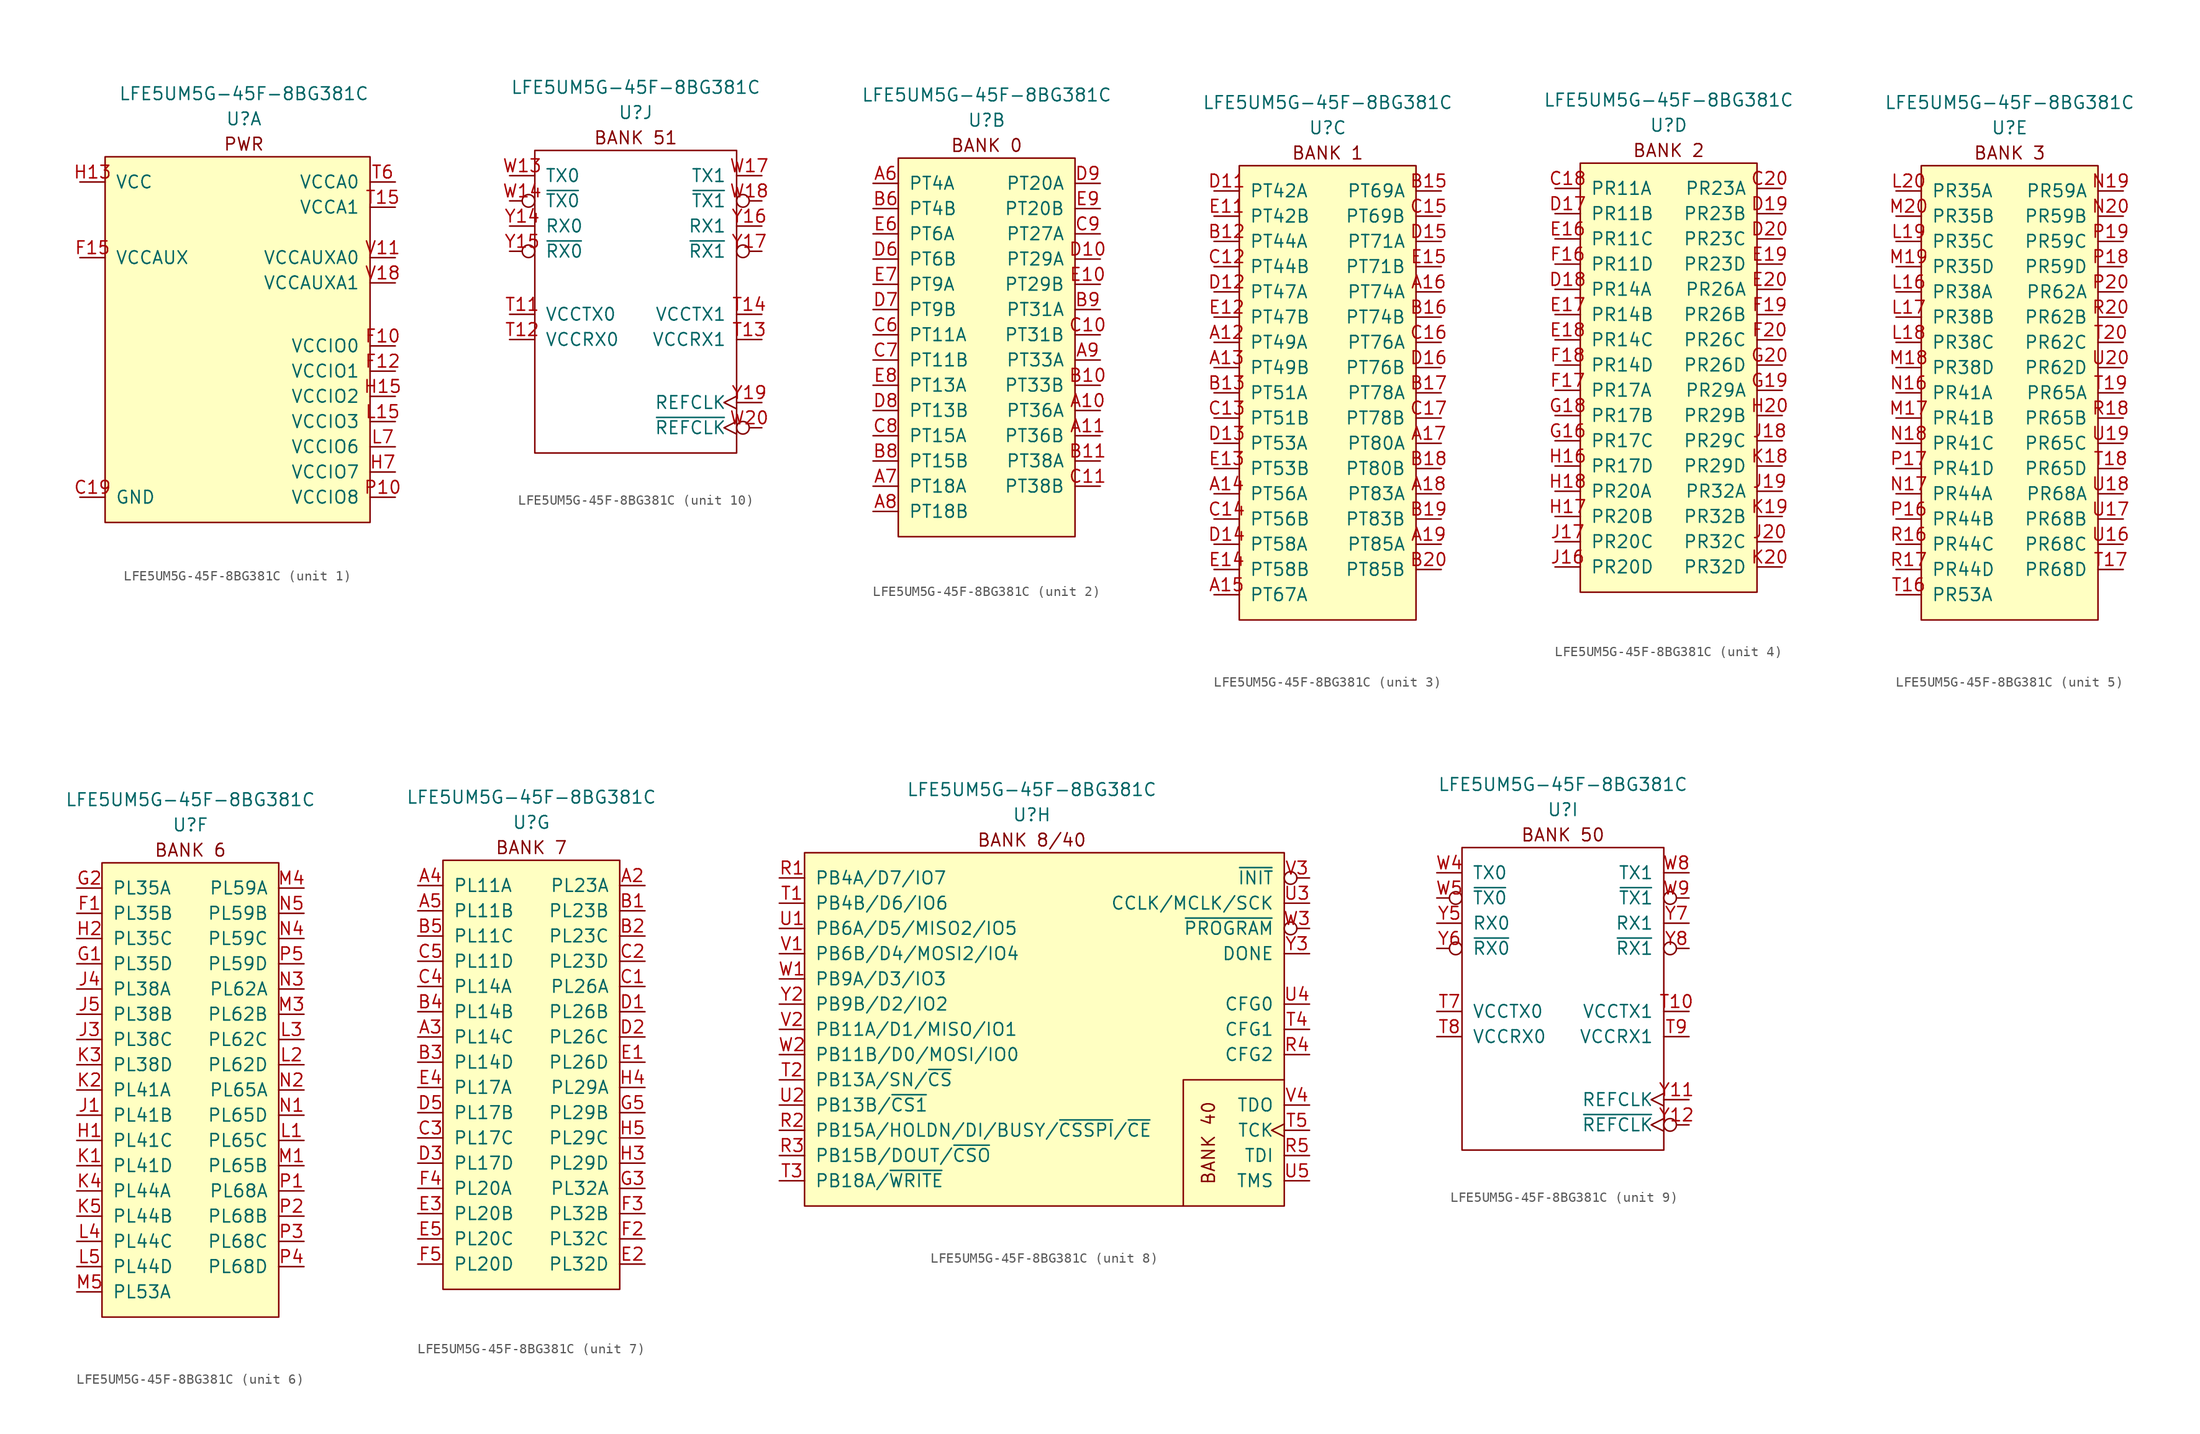
<source format=kicad_sym>
(kicad_symbol_lib
  (version 20211014)
  (generator kicad_symbol_editor)
  (symbol "LFE5UM5G-45F-8BG381C"
    (pin_names
      (offset 1.016))
    (property "Reference" "U"
      (at 0 6.35 0)
      (effects (font (size 1.27 1.27))))
    (property "Value" "LFE5UM5G-45F-8BG381C"
      (at 0 8.89 0)
      (effects (font (size 1.27 1.27))))
    (property "ki_locked" ""
      (at 0 0 0)
      (effects (font (size 1.27 1.27))))
    (symbol "LFE5UM5G-45F-8BG381C_1_0"
      (text "PWR" (at 0 3.81 0) (effects (font (size 1.27 1.27)))))
    (symbol "LFE5UM5G-45F-8BG381C_1_1"
      (rectangle (start -13.97 2.54) (end 12.7 -34.29) (stroke (width 0) (type default) (color 0 0 0 0)) (fill (type background)))
      (pin passive line (at -16.51 -31.75 0) (length 2.54) hide (name "GND" (effects (font (size 1.27 1.27)))) (number "B14" (effects (font (size 1.27 1.27)))))
      (pin passive line (at -16.51 -31.75 0) (length 2.54) hide (name "GND" (effects (font (size 1.27 1.27)))) (number "B7" (effects (font (size 1.27 1.27)))))
      (pin passive line (at -16.51 -31.75 0) (length 2.54) (name "GND" (effects (font (size 1.27 1.27)))) (number "C19" (effects (font (size 1.27 1.27)))))
      (pin passive line (at -16.51 -31.75 0) (length 2.54) hide (name "GND" (effects (font (size 1.27 1.27)))) (number "D4" (effects (font (size 1.27 1.27)))))
      (pin power_in line (at 15.24 -16.51 180) (length 2.54) (name "VCCIO0" (effects (font (size 1.27 1.27)))) (number "F10" (effects (font (size 1.27 1.27)))))
      (pin passive line (at 15.24 -19.05 180) (length 2.54) hide (name "VCCIO1" (effects (font (size 1.27 1.27)))) (number "F11" (effects (font (size 1.27 1.27)))))
      (pin power_in line (at 15.24 -19.05 180) (length 2.54) (name "VCCIO1" (effects (font (size 1.27 1.27)))) (number "F12" (effects (font (size 1.27 1.27)))))
      (pin passive line (at -16.51 -31.75 0) (length 2.54) hide (name "GND" (effects (font (size 1.27 1.27)))) (number "F13" (effects (font (size 1.27 1.27)))))
      (pin passive line (at -16.51 -31.75 0) (length 2.54) hide (name "GND" (effects (font (size 1.27 1.27)))) (number "F14" (effects (font (size 1.27 1.27)))))
      (pin power_in line (at -16.51 -7.62 0) (length 2.54) (name "VCCAUX" (effects (font (size 1.27 1.27)))) (number "F15" (effects (font (size 1.27 1.27)))))
      (pin passive line (at -16.51 -7.62 0) (length 2.54) hide (name "VCCAUX" (effects (font (size 1.27 1.27)))) (number "F6" (effects (font (size 1.27 1.27)))))
      (pin passive line (at -16.51 -31.75 0) (length 2.54) hide (name "GND" (effects (font (size 1.27 1.27)))) (number "F7" (effects (font (size 1.27 1.27)))))
      (pin passive line (at -16.51 -31.75 0) (length 2.54) hide (name "GND" (effects (font (size 1.27 1.27)))) (number "F8" (effects (font (size 1.27 1.27)))))
      (pin passive line (at 15.24 -16.51 180) (length 2.54) hide (name "VCCIO0" (effects (font (size 1.27 1.27)))) (number "F9" (effects (font (size 1.27 1.27)))))
      (pin passive line (at -16.51 -31.75 0) (length 2.54) hide (name "GND" (effects (font (size 1.27 1.27)))) (number "G10" (effects (font (size 1.27 1.27)))))
      (pin passive line (at -16.51 -31.75 0) (length 2.54) hide (name "GND" (effects (font (size 1.27 1.27)))) (number "G11" (effects (font (size 1.27 1.27)))))
      (pin passive line (at -16.51 -31.75 0) (length 2.54) hide (name "GND" (effects (font (size 1.27 1.27)))) (number "G12" (effects (font (size 1.27 1.27)))))
      (pin passive line (at -16.51 -31.75 0) (length 2.54) hide (name "GND" (effects (font (size 1.27 1.27)))) (number "G13" (effects (font (size 1.27 1.27)))))
      (pin passive line (at -16.51 -31.75 0) (length 2.54) hide (name "GND" (effects (font (size 1.27 1.27)))) (number "G14" (effects (font (size 1.27 1.27)))))
      (pin passive line (at -16.51 -31.75 0) (length 2.54) hide (name "GND" (effects (font (size 1.27 1.27)))) (number "G15" (effects (font (size 1.27 1.27)))))
      (pin passive line (at -16.51 -31.75 0) (length 2.54) hide (name "GND" (effects (font (size 1.27 1.27)))) (number "G17" (effects (font (size 1.27 1.27)))))
      (pin passive line (at -16.51 -31.75 0) (length 2.54) hide (name "GND" (effects (font (size 1.27 1.27)))) (number "G4" (effects (font (size 1.27 1.27)))))
      (pin passive line (at -16.51 -31.75 0) (length 2.54) hide (name "GND" (effects (font (size 1.27 1.27)))) (number "G6" (effects (font (size 1.27 1.27)))))
      (pin passive line (at -16.51 -31.75 0) (length 2.54) hide (name "GND" (effects (font (size 1.27 1.27)))) (number "G7" (effects (font (size 1.27 1.27)))))
      (pin passive line (at -16.51 -31.75 0) (length 2.54) hide (name "GND" (effects (font (size 1.27 1.27)))) (number "G8" (effects (font (size 1.27 1.27)))))
      (pin passive line (at -16.51 -31.75 0) (length 2.54) hide (name "GND" (effects (font (size 1.27 1.27)))) (number "G9" (effects (font (size 1.27 1.27)))))
      (pin passive line (at -16.51 0 0) (length 2.54) hide (name "VCC" (effects (font (size 1.27 1.27)))) (number "H10" (effects (font (size 1.27 1.27)))))
      (pin passive line (at -16.51 0 0) (length 2.54) hide (name "VCC" (effects (font (size 1.27 1.27)))) (number "H11" (effects (font (size 1.27 1.27)))))
      (pin passive line (at -16.51 0 0) (length 2.54) hide (name "VCC" (effects (font (size 1.27 1.27)))) (number "H12" (effects (font (size 1.27 1.27)))))
      (pin power_in line (at -16.51 0 0) (length 2.54) (name "VCC" (effects (font (size 1.27 1.27)))) (number "H13" (effects (font (size 1.27 1.27)))))
      (pin passive line (at 15.24 -21.59 180) (length 2.54) hide (name "VCCIO2" (effects (font (size 1.27 1.27)))) (number "H14" (effects (font (size 1.27 1.27)))))
      (pin power_in line (at 15.24 -21.59 180) (length 2.54) (name "VCCIO2" (effects (font (size 1.27 1.27)))) (number "H15" (effects (font (size 1.27 1.27)))))
      (pin passive line (at -16.51 -31.75 0) (length 2.54) hide (name "GND" (effects (font (size 1.27 1.27)))) (number "H19" (effects (font (size 1.27 1.27)))))
      (pin passive line (at 15.24 -29.21 180) (length 2.54) hide (name "VCCIO7" (effects (font (size 1.27 1.27)))) (number "H6" (effects (font (size 1.27 1.27)))))
      (pin power_in line (at 15.24 -29.21 180) (length 2.54) (name "VCCIO7" (effects (font (size 1.27 1.27)))) (number "H7" (effects (font (size 1.27 1.27)))))
      (pin passive line (at -16.51 0 0) (length 2.54) hide (name "VCC" (effects (font (size 1.27 1.27)))) (number "H8" (effects (font (size 1.27 1.27)))))
      (pin passive line (at -16.51 0 0) (length 2.54) hide (name "VCC" (effects (font (size 1.27 1.27)))) (number "H9" (effects (font (size 1.27 1.27)))))
      (pin passive line (at -16.51 -31.75 0) (length 2.54) hide (name "GND" (effects (font (size 1.27 1.27)))) (number "J10" (effects (font (size 1.27 1.27)))))
      (pin passive line (at -16.51 -31.75 0) (length 2.54) hide (name "GND" (effects (font (size 1.27 1.27)))) (number "J11" (effects (font (size 1.27 1.27)))))
      (pin passive line (at -16.51 -31.75 0) (length 2.54) hide (name "GND" (effects (font (size 1.27 1.27)))) (number "J12" (effects (font (size 1.27 1.27)))))
      (pin passive line (at -16.51 0 0) (length 2.54) hide (name "VCC" (effects (font (size 1.27 1.27)))) (number "J13" (effects (font (size 1.27 1.27)))))
      (pin passive line (at -16.51 -31.75 0) (length 2.54) hide (name "GND" (effects (font (size 1.27 1.27)))) (number "J14" (effects (font (size 1.27 1.27)))))
      (pin passive line (at 15.24 -21.59 180) (length 2.54) hide (name "VCCIO2" (effects (font (size 1.27 1.27)))) (number "J15" (effects (font (size 1.27 1.27)))))
      (pin passive line (at -16.51 -31.75 0) (length 2.54) hide (name "GND" (effects (font (size 1.27 1.27)))) (number "J2" (effects (font (size 1.27 1.27)))))
      (pin passive line (at 15.24 -29.21 180) (length 2.54) hide (name "VCCIO7" (effects (font (size 1.27 1.27)))) (number "J6" (effects (font (size 1.27 1.27)))))
      (pin passive line (at -16.51 -31.75 0) (length 2.54) hide (name "GND" (effects (font (size 1.27 1.27)))) (number "J7" (effects (font (size 1.27 1.27)))))
      (pin passive line (at -16.51 0 0) (length 2.54) hide (name "VCC" (effects (font (size 1.27 1.27)))) (number "J8" (effects (font (size 1.27 1.27)))))
      (pin passive line (at -16.51 -31.75 0) (length 2.54) hide (name "GND" (effects (font (size 1.27 1.27)))) (number "J9" (effects (font (size 1.27 1.27)))))
      (pin passive line (at -16.51 -31.75 0) (length 2.54) hide (name "GND" (effects (font (size 1.27 1.27)))) (number "K10" (effects (font (size 1.27 1.27)))))
      (pin passive line (at -16.51 -31.75 0) (length 2.54) hide (name "GND" (effects (font (size 1.27 1.27)))) (number "K11" (effects (font (size 1.27 1.27)))))
      (pin passive line (at -16.51 -31.75 0) (length 2.54) hide (name "GND" (effects (font (size 1.27 1.27)))) (number "K12" (effects (font (size 1.27 1.27)))))
      (pin passive line (at -16.51 0 0) (length 2.54) hide (name "VCC" (effects (font (size 1.27 1.27)))) (number "K13" (effects (font (size 1.27 1.27)))))
      (pin passive line (at -16.51 -31.75 0) (length 2.54) hide (name "GND" (effects (font (size 1.27 1.27)))) (number "K14" (effects (font (size 1.27 1.27)))))
      (pin passive line (at -16.51 -31.75 0) (length 2.54) hide (name "GND" (effects (font (size 1.27 1.27)))) (number "K15" (effects (font (size 1.27 1.27)))))
      (pin no_connect non_logic (at -16.51 -29.21 0) (length 2.54) hide (name "NC" (effects (font (size 1.27 1.27)))) (number "K16" (effects (font (size 1.27 1.27)))))
      (pin no_connect non_logic (at -16.51 -26.67 0) (length 2.54) hide (name "NC" (effects (font (size 1.27 1.27)))) (number "K17" (effects (font (size 1.27 1.27)))))
      (pin passive line (at -16.51 -31.75 0) (length 2.54) hide (name "GND" (effects (font (size 1.27 1.27)))) (number "K6" (effects (font (size 1.27 1.27)))))
      (pin passive line (at -16.51 -31.75 0) (length 2.54) hide (name "GND" (effects (font (size 1.27 1.27)))) (number "K7" (effects (font (size 1.27 1.27)))))
      (pin passive line (at -16.51 0 0) (length 2.54) hide (name "VCC" (effects (font (size 1.27 1.27)))) (number "K8" (effects (font (size 1.27 1.27)))))
      (pin passive line (at -16.51 -31.75 0) (length 2.54) hide (name "GND" (effects (font (size 1.27 1.27)))) (number "K9" (effects (font (size 1.27 1.27)))))
      (pin passive line (at -16.51 -31.75 0) (length 2.54) hide (name "GND" (effects (font (size 1.27 1.27)))) (number "L10" (effects (font (size 1.27 1.27)))))
      (pin passive line (at -16.51 -31.75 0) (length 2.54) hide (name "GND" (effects (font (size 1.27 1.27)))) (number "L11" (effects (font (size 1.27 1.27)))))
      (pin passive line (at -16.51 -31.75 0) (length 2.54) hide (name "GND" (effects (font (size 1.27 1.27)))) (number "L12" (effects (font (size 1.27 1.27)))))
      (pin passive line (at -16.51 0 0) (length 2.54) hide (name "VCC" (effects (font (size 1.27 1.27)))) (number "L13" (effects (font (size 1.27 1.27)))))
      (pin passive line (at 15.24 -24.13 180) (length 2.54) hide (name "VCCIO3" (effects (font (size 1.27 1.27)))) (number "L14" (effects (font (size 1.27 1.27)))))
      (pin power_in line (at 15.24 -24.13 180) (length 2.54) (name "VCCIO3" (effects (font (size 1.27 1.27)))) (number "L15" (effects (font (size 1.27 1.27)))))
      (pin passive line (at 15.24 -26.67 180) (length 2.54) hide (name "VCCIO6" (effects (font (size 1.27 1.27)))) (number "L6" (effects (font (size 1.27 1.27)))))
      (pin power_in line (at 15.24 -26.67 180) (length 2.54) (name "VCCIO6" (effects (font (size 1.27 1.27)))) (number "L7" (effects (font (size 1.27 1.27)))))
      (pin passive line (at -16.51 0 0) (length 2.54) hide (name "VCC" (effects (font (size 1.27 1.27)))) (number "L8" (effects (font (size 1.27 1.27)))))
      (pin passive line (at -16.51 -31.75 0) (length 2.54) hide (name "GND" (effects (font (size 1.27 1.27)))) (number "L9" (effects (font (size 1.27 1.27)))))
      (pin passive line (at -16.51 -31.75 0) (length 2.54) hide (name "GND" (effects (font (size 1.27 1.27)))) (number "M10" (effects (font (size 1.27 1.27)))))
      (pin passive line (at -16.51 -31.75 0) (length 2.54) hide (name "GND" (effects (font (size 1.27 1.27)))) (number "M11" (effects (font (size 1.27 1.27)))))
      (pin passive line (at -16.51 -31.75 0) (length 2.54) hide (name "GND" (effects (font (size 1.27 1.27)))) (number "M12" (effects (font (size 1.27 1.27)))))
      (pin passive line (at -16.51 0 0) (length 2.54) hide (name "VCC" (effects (font (size 1.27 1.27)))) (number "M13" (effects (font (size 1.27 1.27)))))
      (pin passive line (at -16.51 -31.75 0) (length 2.54) hide (name "GND" (effects (font (size 1.27 1.27)))) (number "M14" (effects (font (size 1.27 1.27)))))
      (pin passive line (at 15.24 -24.13 180) (length 2.54) hide (name "VCCIO3" (effects (font (size 1.27 1.27)))) (number "M15" (effects (font (size 1.27 1.27)))))
      (pin passive line (at -16.51 -31.75 0) (length 2.54) hide (name "GND" (effects (font (size 1.27 1.27)))) (number "M16" (effects (font (size 1.27 1.27)))))
      (pin passive line (at -16.51 -31.75 0) (length 2.54) hide (name "GND" (effects (font (size 1.27 1.27)))) (number "M2" (effects (font (size 1.27 1.27)))))
      (pin passive line (at 15.24 -26.67 180) (length 2.54) hide (name "VCCIO6" (effects (font (size 1.27 1.27)))) (number "M6" (effects (font (size 1.27 1.27)))))
      (pin passive line (at -16.51 -31.75 0) (length 2.54) hide (name "GND" (effects (font (size 1.27 1.27)))) (number "M7" (effects (font (size 1.27 1.27)))))
      (pin passive line (at -16.51 0 0) (length 2.54) hide (name "VCC" (effects (font (size 1.27 1.27)))) (number "M8" (effects (font (size 1.27 1.27)))))
      (pin passive line (at -16.51 -31.75 0) (length 2.54) hide (name "GND" (effects (font (size 1.27 1.27)))) (number "M9" (effects (font (size 1.27 1.27)))))
      (pin passive line (at -16.51 0 0) (length 2.54) hide (name "VCC" (effects (font (size 1.27 1.27)))) (number "N10" (effects (font (size 1.27 1.27)))))
      (pin passive line (at -16.51 0 0) (length 2.54) hide (name "VCC" (effects (font (size 1.27 1.27)))) (number "N11" (effects (font (size 1.27 1.27)))))
      (pin passive line (at -16.51 0 0) (length 2.54) hide (name "VCC" (effects (font (size 1.27 1.27)))) (number "N12" (effects (font (size 1.27 1.27)))))
      (pin passive line (at -16.51 0 0) (length 2.54) hide (name "VCC" (effects (font (size 1.27 1.27)))) (number "N13" (effects (font (size 1.27 1.27)))))
      (pin passive line (at -16.51 -31.75 0) (length 2.54) hide (name "GND" (effects (font (size 1.27 1.27)))) (number "N14" (effects (font (size 1.27 1.27)))))
      (pin passive line (at -16.51 -31.75 0) (length 2.54) hide (name "GND" (effects (font (size 1.27 1.27)))) (number "N15" (effects (font (size 1.27 1.27)))))
      (pin passive line (at -16.51 -31.75 0) (length 2.54) hide (name "GND" (effects (font (size 1.27 1.27)))) (number "N6" (effects (font (size 1.27 1.27)))))
      (pin passive line (at -16.51 -31.75 0) (length 2.54) hide (name "GND" (effects (font (size 1.27 1.27)))) (number "N7" (effects (font (size 1.27 1.27)))))
      (pin passive line (at -16.51 0 0) (length 2.54) hide (name "VCC" (effects (font (size 1.27 1.27)))) (number "N8" (effects (font (size 1.27 1.27)))))
      (pin passive line (at -16.51 0 0) (length 2.54) hide (name "VCC" (effects (font (size 1.27 1.27)))) (number "N9" (effects (font (size 1.27 1.27)))))
      (pin power_in line (at 15.24 -31.75 180) (length 2.54) (name "VCCIO8" (effects (font (size 1.27 1.27)))) (number "P10" (effects (font (size 1.27 1.27)))))
      (pin passive line (at -16.51 -31.75 0) (length 2.54) hide (name "GND" (effects (font (size 1.27 1.27)))) (number "P11" (effects (font (size 1.27 1.27)))))
      (pin passive line (at -16.51 -31.75 0) (length 2.54) hide (name "GND" (effects (font (size 1.27 1.27)))) (number "P12" (effects (font (size 1.27 1.27)))))
      (pin passive line (at -16.51 -31.75 0) (length 2.54) hide (name "GND" (effects (font (size 1.27 1.27)))) (number "P13" (effects (font (size 1.27 1.27)))))
      (pin passive line (at -16.51 -31.75 0) (length 2.54) hide (name "GND" (effects (font (size 1.27 1.27)))) (number "P14" (effects (font (size 1.27 1.27)))))
      (pin passive line (at -16.51 -7.62 0) (length 2.54) hide (name "VCCAUX" (effects (font (size 1.27 1.27)))) (number "P15" (effects (font (size 1.27 1.27)))))
      (pin passive line (at -16.51 -7.62 0) (length 2.54) hide (name "VCCAUX" (effects (font (size 1.27 1.27)))) (number "P6" (effects (font (size 1.27 1.27)))))
      (pin passive line (at -16.51 -31.75 0) (length 2.54) hide (name "GND" (effects (font (size 1.27 1.27)))) (number "P7" (effects (font (size 1.27 1.27)))))
      (pin passive line (at -16.51 -31.75 0) (length 2.54) hide (name "GND" (effects (font (size 1.27 1.27)))) (number "P8" (effects (font (size 1.27 1.27)))))
      (pin passive line (at 15.24 -31.75 180) (length 2.54) hide (name "VCCIO8" (effects (font (size 1.27 1.27)))) (number "P9" (effects (font (size 1.27 1.27)))))
      (pin passive line (at -16.51 -31.75 0) (length 2.54) hide (name "GND" (effects (font (size 1.27 1.27)))) (number "R19" (effects (font (size 1.27 1.27)))))
      (pin power_in line (at 15.24 -2.54 180) (length 2.54) (name "VCCA1" (effects (font (size 1.27 1.27)))) (number "T15" (effects (font (size 1.27 1.27)))))
      (pin power_in line (at 15.24 0 180) (length 2.54) (name "VCCA0" (effects (font (size 1.27 1.27)))) (number "T6" (effects (font (size 1.27 1.27)))))
      (pin passive line (at -16.51 -31.75 0) (length 2.54) hide (name "GND" (effects (font (size 1.27 1.27)))) (number "U10" (effects (font (size 1.27 1.27)))))
      (pin passive line (at -16.51 -31.75 0) (length 2.54) hide (name "GND" (effects (font (size 1.27 1.27)))) (number "U11" (effects (font (size 1.27 1.27)))))
      (pin passive line (at -16.51 -31.75 0) (length 2.54) hide (name "GND" (effects (font (size 1.27 1.27)))) (number "U12" (effects (font (size 1.27 1.27)))))
      (pin passive line (at -16.51 -31.75 0) (length 2.54) hide (name "GND" (effects (font (size 1.27 1.27)))) (number "U13" (effects (font (size 1.27 1.27)))))
      (pin passive line (at -16.51 -31.75 0) (length 2.54) hide (name "GND" (effects (font (size 1.27 1.27)))) (number "U14" (effects (font (size 1.27 1.27)))))
      (pin passive line (at 15.24 -2.54 180) (length 2.54) hide (name "VCCA1" (effects (font (size 1.27 1.27)))) (number "U15" (effects (font (size 1.27 1.27)))))
      (pin passive line (at 15.24 0 180) (length 2.54) hide (name "VCCA0" (effects (font (size 1.27 1.27)))) (number "U6" (effects (font (size 1.27 1.27)))))
      (pin passive line (at -16.51 -31.75 0) (length 2.54) hide (name "GND" (effects (font (size 1.27 1.27)))) (number "U7" (effects (font (size 1.27 1.27)))))
      (pin passive line (at -16.51 -31.75 0) (length 2.54) hide (name "GND" (effects (font (size 1.27 1.27)))) (number "U8" (effects (font (size 1.27 1.27)))))
      (pin passive line (at -16.51 -31.75 0) (length 2.54) hide (name "GND" (effects (font (size 1.27 1.27)))) (number "U9" (effects (font (size 1.27 1.27)))))
      (pin passive line (at 15.24 -7.62 180) (length 2.54) hide (name "VCCAUXA0" (effects (font (size 1.27 1.27)))) (number "V10" (effects (font (size 1.27 1.27)))))
      (pin power_in line (at 15.24 -7.62 180) (length 2.54) (name "VCCAUXA0" (effects (font (size 1.27 1.27)))) (number "V11" (effects (font (size 1.27 1.27)))))
      (pin passive line (at -16.51 -31.75 0) (length 2.54) hide (name "GND" (effects (font (size 1.27 1.27)))) (number "V12" (effects (font (size 1.27 1.27)))))
      (pin passive line (at -16.51 -31.75 0) (length 2.54) hide (name "GND" (effects (font (size 1.27 1.27)))) (number "V13" (effects (font (size 1.27 1.27)))))
      (pin passive line (at -16.51 -31.75 0) (length 2.54) hide (name "GND" (effects (font (size 1.27 1.27)))) (number "V14" (effects (font (size 1.27 1.27)))))
      (pin passive line (at -16.51 -31.75 0) (length 2.54) hide (name "GND" (effects (font (size 1.27 1.27)))) (number "V15" (effects (font (size 1.27 1.27)))))
      (pin passive line (at -16.51 -31.75 0) (length 2.54) hide (name "GND" (effects (font (size 1.27 1.27)))) (number "V16" (effects (font (size 1.27 1.27)))))
      (pin passive line (at 15.24 -10.16 180) (length 2.54) hide (name "VCCAUXA1" (effects (font (size 1.27 1.27)))) (number "V17" (effects (font (size 1.27 1.27)))))
      (pin power_in line (at 15.24 -10.16 180) (length 2.54) (name "VCCAUXA1" (effects (font (size 1.27 1.27)))) (number "V18" (effects (font (size 1.27 1.27)))))
      (pin passive line (at -16.51 -31.75 0) (length 2.54) hide (name "GND" (effects (font (size 1.27 1.27)))) (number "V19" (effects (font (size 1.27 1.27)))))
      (pin passive line (at -16.51 -31.75 0) (length 2.54) hide (name "GND" (effects (font (size 1.27 1.27)))) (number "V20" (effects (font (size 1.27 1.27)))))
      (pin passive line (at -16.51 -31.75 0) (length 2.54) hide (name "GND" (effects (font (size 1.27 1.27)))) (number "V5" (effects (font (size 1.27 1.27)))))
      (pin passive line (at -16.51 -31.75 0) (length 2.54) hide (name "GND" (effects (font (size 1.27 1.27)))) (number "V6" (effects (font (size 1.27 1.27)))))
      (pin passive line (at -16.51 -31.75 0) (length 2.54) hide (name "GND" (effects (font (size 1.27 1.27)))) (number "V7" (effects (font (size 1.27 1.27)))))
      (pin passive line (at -16.51 -31.75 0) (length 2.54) hide (name "GND" (effects (font (size 1.27 1.27)))) (number "V8" (effects (font (size 1.27 1.27)))))
      (pin passive line (at -16.51 -31.75 0) (length 2.54) hide (name "GND" (effects (font (size 1.27 1.27)))) (number "V9" (effects (font (size 1.27 1.27)))))
      (pin no_connect non_logic (at -16.51 -24.13 0) (length 2.54) hide (name "RESERVED" (effects (font (size 1.27 1.27)))) (number "W10" (effects (font (size 1.27 1.27)))))
      (pin no_connect non_logic (at -16.51 -21.59 0) (length 2.54) hide (name "RESERVED" (effects (font (size 1.27 1.27)))) (number "W11" (effects (font (size 1.27 1.27)))))
      (pin passive line (at -16.51 -31.75 0) (length 2.54) hide (name "GND" (effects (font (size 1.27 1.27)))) (number "W12" (effects (font (size 1.27 1.27)))))
      (pin passive line (at -16.51 -31.75 0) (length 2.54) hide (name "GND" (effects (font (size 1.27 1.27)))) (number "W15" (effects (font (size 1.27 1.27)))))
      (pin passive line (at -16.51 -31.75 0) (length 2.54) hide (name "GND" (effects (font (size 1.27 1.27)))) (number "W16" (effects (font (size 1.27 1.27)))))
      (pin passive line (at -16.51 -31.75 0) (length 2.54) hide (name "GND" (effects (font (size 1.27 1.27)))) (number "W19" (effects (font (size 1.27 1.27)))))
      (pin passive line (at -16.51 -31.75 0) (length 2.54) hide (name "GND" (effects (font (size 1.27 1.27)))) (number "W6" (effects (font (size 1.27 1.27)))))
      (pin passive line (at -16.51 -31.75 0) (length 2.54) hide (name "GND" (effects (font (size 1.27 1.27)))) (number "W7" (effects (font (size 1.27 1.27))))))
    (symbol "LFE5UM5G-45F-8BG381C_2_0"
      (rectangle (start -8.89 2.54) (end 8.89 -35.56) (stroke (width 0) (type default) (color 0 0 0 0)) (fill (type background)))
      (text "BANK 0" (at 0 3.81 0) (effects (font (size 1.27 1.27)))))
    (symbol "LFE5UM5G-45F-8BG381C_2_1"
      (pin bidirectional line (at 11.43 -22.86 180) (length 2.54) (name "PT36A" (effects (font (size 1.27 1.27)))) (number "A10" (effects (font (size 1.27 1.27)))))
      (pin bidirectional line (at 11.43 -25.4 180) (length 2.54) (name "PT36B" (effects (font (size 1.27 1.27)))) (number "A11" (effects (font (size 1.27 1.27)))))
      (pin bidirectional line (at -11.43 0 0) (length 2.54) (name "PT4A" (effects (font (size 1.27 1.27)))) (number "A6" (effects (font (size 1.27 1.27)))))
      (pin bidirectional line (at -11.43 -30.48 0) (length 2.54) (name "PT18A" (effects (font (size 1.27 1.27)))) (number "A7" (effects (font (size 1.27 1.27)))))
      (pin bidirectional line (at -11.43 -33.02 0) (length 2.54) (name "PT18B" (effects (font (size 1.27 1.27)))) (number "A8" (effects (font (size 1.27 1.27)))))
      (pin bidirectional line (at 11.43 -17.78 180) (length 2.54) (name "PT33A" (effects (font (size 1.27 1.27)))) (number "A9" (effects (font (size 1.27 1.27)))))
      (pin bidirectional line (at 11.43 -20.32 180) (length 2.54) (name "PT33B" (effects (font (size 1.27 1.27)))) (number "B10" (effects (font (size 1.27 1.27)))))
      (pin bidirectional line (at 11.43 -27.94 180) (length 2.54) (name "PT38A" (effects (font (size 1.27 1.27)))) (number "B11" (effects (font (size 1.27 1.27)))))
      (pin bidirectional line (at -11.43 -2.54 0) (length 2.54) (name "PT4B" (effects (font (size 1.27 1.27)))) (number "B6" (effects (font (size 1.27 1.27)))))
      (pin bidirectional line (at -11.43 -27.94 0) (length 2.54) (name "PT15B" (effects (font (size 1.27 1.27)))) (number "B8" (effects (font (size 1.27 1.27)))))
      (pin bidirectional line (at 11.43 -12.7 180) (length 2.54) (name "PT31A" (effects (font (size 1.27 1.27)))) (number "B9" (effects (font (size 1.27 1.27)))))
      (pin bidirectional line (at 11.43 -15.24 180) (length 2.54) (name "PT31B" (effects (font (size 1.27 1.27)))) (number "C10" (effects (font (size 1.27 1.27)))))
      (pin bidirectional line (at 11.43 -30.48 180) (length 2.54) (name "PT38B" (effects (font (size 1.27 1.27)))) (number "C11" (effects (font (size 1.27 1.27)))))
      (pin bidirectional line (at -11.43 -15.24 0) (length 2.54) (name "PT11A" (effects (font (size 1.27 1.27)))) (number "C6" (effects (font (size 1.27 1.27)))))
      (pin bidirectional line (at -11.43 -17.78 0) (length 2.54) (name "PT11B" (effects (font (size 1.27 1.27)))) (number "C7" (effects (font (size 1.27 1.27)))))
      (pin bidirectional line (at -11.43 -25.4 0) (length 2.54) (name "PT15A" (effects (font (size 1.27 1.27)))) (number "C8" (effects (font (size 1.27 1.27)))))
      (pin bidirectional line (at 11.43 -5.08 180) (length 2.54) (name "PT27A" (effects (font (size 1.27 1.27)))) (number "C9" (effects (font (size 1.27 1.27)))))
      (pin bidirectional line (at 11.43 -7.62 180) (length 2.54) (name "PT29A" (effects (font (size 1.27 1.27)))) (number "D10" (effects (font (size 1.27 1.27)))))
      (pin bidirectional line (at -11.43 -7.62 0) (length 2.54) (name "PT6B" (effects (font (size 1.27 1.27)))) (number "D6" (effects (font (size 1.27 1.27)))))
      (pin bidirectional line (at -11.43 -12.7 0) (length 2.54) (name "PT9B" (effects (font (size 1.27 1.27)))) (number "D7" (effects (font (size 1.27 1.27)))))
      (pin bidirectional line (at -11.43 -22.86 0) (length 2.54) (name "PT13B" (effects (font (size 1.27 1.27)))) (number "D8" (effects (font (size 1.27 1.27)))))
      (pin bidirectional line (at 11.43 0 180) (length 2.54) (name "PT20A" (effects (font (size 1.27 1.27)))) (number "D9" (effects (font (size 1.27 1.27)))))
      (pin bidirectional line (at 11.43 -10.16 180) (length 2.54) (name "PT29B" (effects (font (size 1.27 1.27)))) (number "E10" (effects (font (size 1.27 1.27)))))
      (pin bidirectional line (at -11.43 -5.08 0) (length 2.54) (name "PT6A" (effects (font (size 1.27 1.27)))) (number "E6" (effects (font (size 1.27 1.27)))))
      (pin bidirectional line (at -11.43 -10.16 0) (length 2.54) (name "PT9A" (effects (font (size 1.27 1.27)))) (number "E7" (effects (font (size 1.27 1.27)))))
      (pin bidirectional line (at -11.43 -20.32 0) (length 2.54) (name "PT13A" (effects (font (size 1.27 1.27)))) (number "E8" (effects (font (size 1.27 1.27)))))
      (pin bidirectional line (at 11.43 -2.54 180) (length 2.54) (name "PT20B" (effects (font (size 1.27 1.27)))) (number "E9" (effects (font (size 1.27 1.27))))))
    (symbol "LFE5UM5G-45F-8BG381C_3_0"
      (rectangle (start -8.89 2.54) (end 8.89 -43.18) (stroke (width 0) (type default) (color 0 0 0 0)) (fill (type background)))
      (text "BANK 1" (at 0 3.81 0) (effects (font (size 1.27 1.27)))))
    (symbol "LFE5UM5G-45F-8BG381C_3_1"
      (pin bidirectional line (at -11.43 -15.24 0) (length 2.54) (name "PT49A" (effects (font (size 1.27 1.27)))) (number "A12" (effects (font (size 1.27 1.27)))))
      (pin bidirectional line (at -11.43 -17.78 0) (length 2.54) (name "PT49B" (effects (font (size 1.27 1.27)))) (number "A13" (effects (font (size 1.27 1.27)))))
      (pin bidirectional line (at -11.43 -30.48 0) (length 2.54) (name "PT56A" (effects (font (size 1.27 1.27)))) (number "A14" (effects (font (size 1.27 1.27)))))
      (pin bidirectional line (at -11.43 -40.64 0) (length 2.54) (name "PT67A" (effects (font (size 1.27 1.27)))) (number "A15" (effects (font (size 1.27 1.27)))))
      (pin bidirectional line (at 11.43 -10.16 180) (length 2.54) (name "PT74A" (effects (font (size 1.27 1.27)))) (number "A16" (effects (font (size 1.27 1.27)))))
      (pin bidirectional line (at 11.43 -25.4 180) (length 2.54) (name "PT80A" (effects (font (size 1.27 1.27)))) (number "A17" (effects (font (size 1.27 1.27)))))
      (pin bidirectional line (at 11.43 -30.48 180) (length 2.54) (name "PT83A" (effects (font (size 1.27 1.27)))) (number "A18" (effects (font (size 1.27 1.27)))))
      (pin bidirectional line (at 11.43 -35.56 180) (length 2.54) (name "PT85A" (effects (font (size 1.27 1.27)))) (number "A19" (effects (font (size 1.27 1.27)))))
      (pin bidirectional line (at -11.43 -5.08 0) (length 2.54) (name "PT44A" (effects (font (size 1.27 1.27)))) (number "B12" (effects (font (size 1.27 1.27)))))
      (pin bidirectional line (at -11.43 -20.32 0) (length 2.54) (name "PT51A" (effects (font (size 1.27 1.27)))) (number "B13" (effects (font (size 1.27 1.27)))))
      (pin bidirectional line (at 11.43 0 180) (length 2.54) (name "PT69A" (effects (font (size 1.27 1.27)))) (number "B15" (effects (font (size 1.27 1.27)))))
      (pin bidirectional line (at 11.43 -12.7 180) (length 2.54) (name "PT74B" (effects (font (size 1.27 1.27)))) (number "B16" (effects (font (size 1.27 1.27)))))
      (pin bidirectional line (at 11.43 -20.32 180) (length 2.54) (name "PT78A" (effects (font (size 1.27 1.27)))) (number "B17" (effects (font (size 1.27 1.27)))))
      (pin bidirectional line (at 11.43 -27.94 180) (length 2.54) (name "PT80B" (effects (font (size 1.27 1.27)))) (number "B18" (effects (font (size 1.27 1.27)))))
      (pin bidirectional line (at 11.43 -33.02 180) (length 2.54) (name "PT83B" (effects (font (size 1.27 1.27)))) (number "B19" (effects (font (size 1.27 1.27)))))
      (pin bidirectional line (at 11.43 -38.1 180) (length 2.54) (name "PT85B" (effects (font (size 1.27 1.27)))) (number "B20" (effects (font (size 1.27 1.27)))))
      (pin bidirectional line (at -11.43 -7.62 0) (length 2.54) (name "PT44B" (effects (font (size 1.27 1.27)))) (number "C12" (effects (font (size 1.27 1.27)))))
      (pin bidirectional line (at -11.43 -22.86 0) (length 2.54) (name "PT51B" (effects (font (size 1.27 1.27)))) (number "C13" (effects (font (size 1.27 1.27)))))
      (pin bidirectional line (at -11.43 -33.02 0) (length 2.54) (name "PT56B" (effects (font (size 1.27 1.27)))) (number "C14" (effects (font (size 1.27 1.27)))))
      (pin bidirectional line (at 11.43 -2.54 180) (length 2.54) (name "PT69B" (effects (font (size 1.27 1.27)))) (number "C15" (effects (font (size 1.27 1.27)))))
      (pin bidirectional line (at 11.43 -15.24 180) (length 2.54) (name "PT76A" (effects (font (size 1.27 1.27)))) (number "C16" (effects (font (size 1.27 1.27)))))
      (pin bidirectional line (at 11.43 -22.86 180) (length 2.54) (name "PT78B" (effects (font (size 1.27 1.27)))) (number "C17" (effects (font (size 1.27 1.27)))))
      (pin bidirectional line (at -11.43 0 0) (length 2.54) (name "PT42A" (effects (font (size 1.27 1.27)))) (number "D11" (effects (font (size 1.27 1.27)))))
      (pin bidirectional line (at -11.43 -10.16 0) (length 2.54) (name "PT47A" (effects (font (size 1.27 1.27)))) (number "D12" (effects (font (size 1.27 1.27)))))
      (pin bidirectional line (at -11.43 -25.4 0) (length 2.54) (name "PT53A" (effects (font (size 1.27 1.27)))) (number "D13" (effects (font (size 1.27 1.27)))))
      (pin bidirectional line (at -11.43 -35.56 0) (length 2.54) (name "PT58A" (effects (font (size 1.27 1.27)))) (number "D14" (effects (font (size 1.27 1.27)))))
      (pin bidirectional line (at 11.43 -5.08 180) (length 2.54) (name "PT71A" (effects (font (size 1.27 1.27)))) (number "D15" (effects (font (size 1.27 1.27)))))
      (pin bidirectional line (at 11.43 -17.78 180) (length 2.54) (name "PT76B" (effects (font (size 1.27 1.27)))) (number "D16" (effects (font (size 1.27 1.27)))))
      (pin bidirectional line (at -11.43 -2.54 0) (length 2.54) (name "PT42B" (effects (font (size 1.27 1.27)))) (number "E11" (effects (font (size 1.27 1.27)))))
      (pin bidirectional line (at -11.43 -12.7 0) (length 2.54) (name "PT47B" (effects (font (size 1.27 1.27)))) (number "E12" (effects (font (size 1.27 1.27)))))
      (pin bidirectional line (at -11.43 -27.94 0) (length 2.54) (name "PT53B" (effects (font (size 1.27 1.27)))) (number "E13" (effects (font (size 1.27 1.27)))))
      (pin bidirectional line (at -11.43 -38.1 0) (length 2.54) (name "PT58B" (effects (font (size 1.27 1.27)))) (number "E14" (effects (font (size 1.27 1.27)))))
      (pin bidirectional line (at 11.43 -7.62 180) (length 2.54) (name "PT71B" (effects (font (size 1.27 1.27)))) (number "E15" (effects (font (size 1.27 1.27))))))
    (symbol "LFE5UM5G-45F-8BG381C_4_0"
      (rectangle (start -8.89 2.54) (end 8.89 -40.64) (stroke (width 0) (type default) (color 0 0 0 0)) (fill (type background)))
      (text "BANK 2" (at 0 3.81 0) (effects (font (size 1.27 1.27)))))
    (symbol "LFE5UM5G-45F-8BG381C_4_1"
      (pin bidirectional line (at -11.43 0 0) (length 2.54) (name "PR11A" (effects (font (size 1.27 1.27)))) (number "C18" (effects (font (size 1.27 1.27)))))
      (pin bidirectional line (at 11.43 0 180) (length 2.54) (name "PR23A" (effects (font (size 1.27 1.27)))) (number "C20" (effects (font (size 1.27 1.27)))))
      (pin bidirectional line (at -11.43 -2.54 0) (length 2.54) (name "PR11B" (effects (font (size 1.27 1.27)))) (number "D17" (effects (font (size 1.27 1.27)))))
      (pin bidirectional line (at -11.43 -10.16 0) (length 2.54) (name "PR14A" (effects (font (size 1.27 1.27)))) (number "D18" (effects (font (size 1.27 1.27)))))
      (pin bidirectional line (at 11.43 -2.54 180) (length 2.54) (name "PR23B" (effects (font (size 1.27 1.27)))) (number "D19" (effects (font (size 1.27 1.27)))))
      (pin bidirectional line (at 11.43 -5.08 180) (length 2.54) (name "PR23C" (effects (font (size 1.27 1.27)))) (number "D20" (effects (font (size 1.27 1.27)))))
      (pin bidirectional line (at -11.43 -5.08 0) (length 2.54) (name "PR11C" (effects (font (size 1.27 1.27)))) (number "E16" (effects (font (size 1.27 1.27)))))
      (pin bidirectional line (at -11.43 -12.7 0) (length 2.54) (name "PR14B" (effects (font (size 1.27 1.27)))) (number "E17" (effects (font (size 1.27 1.27)))))
      (pin bidirectional line (at -11.43 -15.24 0) (length 2.54) (name "PR14C" (effects (font (size 1.27 1.27)))) (number "E18" (effects (font (size 1.27 1.27)))))
      (pin bidirectional line (at 11.43 -7.62 180) (length 2.54) (name "PR23D" (effects (font (size 1.27 1.27)))) (number "E19" (effects (font (size 1.27 1.27)))))
      (pin bidirectional line (at 11.43 -10.16 180) (length 2.54) (name "PR26A" (effects (font (size 1.27 1.27)))) (number "E20" (effects (font (size 1.27 1.27)))))
      (pin bidirectional line (at -11.43 -7.62 0) (length 2.54) (name "PR11D" (effects (font (size 1.27 1.27)))) (number "F16" (effects (font (size 1.27 1.27)))))
      (pin bidirectional line (at -11.43 -20.32 0) (length 2.54) (name "PR17A" (effects (font (size 1.27 1.27)))) (number "F17" (effects (font (size 1.27 1.27)))))
      (pin bidirectional line (at -11.43 -17.78 0) (length 2.54) (name "PR14D" (effects (font (size 1.27 1.27)))) (number "F18" (effects (font (size 1.27 1.27)))))
      (pin bidirectional line (at 11.43 -12.7 180) (length 2.54) (name "PR26B" (effects (font (size 1.27 1.27)))) (number "F19" (effects (font (size 1.27 1.27)))))
      (pin bidirectional line (at 11.43 -15.24 180) (length 2.54) (name "PR26C" (effects (font (size 1.27 1.27)))) (number "F20" (effects (font (size 1.27 1.27)))))
      (pin bidirectional line (at -11.43 -25.4 0) (length 2.54) (name "PR17C" (effects (font (size 1.27 1.27)))) (number "G16" (effects (font (size 1.27 1.27)))))
      (pin bidirectional line (at -11.43 -22.86 0) (length 2.54) (name "PR17B" (effects (font (size 1.27 1.27)))) (number "G18" (effects (font (size 1.27 1.27)))))
      (pin bidirectional line (at 11.43 -20.32 180) (length 2.54) (name "PR29A" (effects (font (size 1.27 1.27)))) (number "G19" (effects (font (size 1.27 1.27)))))
      (pin bidirectional line (at 11.43 -17.78 180) (length 2.54) (name "PR26D" (effects (font (size 1.27 1.27)))) (number "G20" (effects (font (size 1.27 1.27)))))
      (pin bidirectional line (at -11.43 -27.94 0) (length 2.54) (name "PR17D" (effects (font (size 1.27 1.27)))) (number "H16" (effects (font (size 1.27 1.27)))))
      (pin bidirectional line (at -11.43 -33.02 0) (length 2.54) (name "PR20B" (effects (font (size 1.27 1.27)))) (number "H17" (effects (font (size 1.27 1.27)))))
      (pin bidirectional line (at -11.43 -30.48 0) (length 2.54) (name "PR20A" (effects (font (size 1.27 1.27)))) (number "H18" (effects (font (size 1.27 1.27)))))
      (pin bidirectional line (at 11.43 -22.86 180) (length 2.54) (name "PR29B" (effects (font (size 1.27 1.27)))) (number "H20" (effects (font (size 1.27 1.27)))))
      (pin bidirectional line (at -11.43 -38.1 0) (length 2.54) (name "PR20D" (effects (font (size 1.27 1.27)))) (number "J16" (effects (font (size 1.27 1.27)))))
      (pin bidirectional line (at -11.43 -35.56 0) (length 2.54) (name "PR20C" (effects (font (size 1.27 1.27)))) (number "J17" (effects (font (size 1.27 1.27)))))
      (pin bidirectional line (at 11.43 -25.4 180) (length 2.54) (name "PR29C" (effects (font (size 1.27 1.27)))) (number "J18" (effects (font (size 1.27 1.27)))))
      (pin bidirectional line (at 11.43 -30.48 180) (length 2.54) (name "PR32A" (effects (font (size 1.27 1.27)))) (number "J19" (effects (font (size 1.27 1.27)))))
      (pin bidirectional line (at 11.43 -35.56 180) (length 2.54) (name "PR32C" (effects (font (size 1.27 1.27)))) (number "J20" (effects (font (size 1.27 1.27)))))
      (pin bidirectional line (at 11.43 -27.94 180) (length 2.54) (name "PR29D" (effects (font (size 1.27 1.27)))) (number "K18" (effects (font (size 1.27 1.27)))))
      (pin bidirectional line (at 11.43 -33.02 180) (length 2.54) (name "PR32B" (effects (font (size 1.27 1.27)))) (number "K19" (effects (font (size 1.27 1.27)))))
      (pin bidirectional line (at 11.43 -38.1 180) (length 2.54) (name "PR32D" (effects (font (size 1.27 1.27)))) (number "K20" (effects (font (size 1.27 1.27))))))
    (symbol "LFE5UM5G-45F-8BG381C_5_0"
      (rectangle (start -8.89 2.54) (end 8.89 -43.18) (stroke (width 0) (type default) (color 0 0 0 0)) (fill (type background)))
      (text "BANK 3" (at 0 3.81 0) (effects (font (size 1.27 1.27)))))
    (symbol "LFE5UM5G-45F-8BG381C_5_1"
      (pin bidirectional line (at -11.43 -10.16 0) (length 2.54) (name "PR38A" (effects (font (size 1.27 1.27)))) (number "L16" (effects (font (size 1.27 1.27)))))
      (pin bidirectional line (at -11.43 -12.7 0) (length 2.54) (name "PR38B" (effects (font (size 1.27 1.27)))) (number "L17" (effects (font (size 1.27 1.27)))))
      (pin bidirectional line (at -11.43 -15.24 0) (length 2.54) (name "PR38C" (effects (font (size 1.27 1.27)))) (number "L18" (effects (font (size 1.27 1.27)))))
      (pin bidirectional line (at -11.43 -5.08 0) (length 2.54) (name "PR35C" (effects (font (size 1.27 1.27)))) (number "L19" (effects (font (size 1.27 1.27)))))
      (pin bidirectional line (at -11.43 0 0) (length 2.54) (name "PR35A" (effects (font (size 1.27 1.27)))) (number "L20" (effects (font (size 1.27 1.27)))))
      (pin bidirectional line (at -11.43 -22.86 0) (length 2.54) (name "PR41B" (effects (font (size 1.27 1.27)))) (number "M17" (effects (font (size 1.27 1.27)))))
      (pin bidirectional line (at -11.43 -17.78 0) (length 2.54) (name "PR38D" (effects (font (size 1.27 1.27)))) (number "M18" (effects (font (size 1.27 1.27)))))
      (pin bidirectional line (at -11.43 -7.62 0) (length 2.54) (name "PR35D" (effects (font (size 1.27 1.27)))) (number "M19" (effects (font (size 1.27 1.27)))))
      (pin bidirectional line (at -11.43 -2.54 0) (length 2.54) (name "PR35B" (effects (font (size 1.27 1.27)))) (number "M20" (effects (font (size 1.27 1.27)))))
      (pin bidirectional line (at -11.43 -20.32 0) (length 2.54) (name "PR41A" (effects (font (size 1.27 1.27)))) (number "N16" (effects (font (size 1.27 1.27)))))
      (pin bidirectional line (at -11.43 -30.48 0) (length 2.54) (name "PR44A" (effects (font (size 1.27 1.27)))) (number "N17" (effects (font (size 1.27 1.27)))))
      (pin bidirectional line (at -11.43 -25.4 0) (length 2.54) (name "PR41C" (effects (font (size 1.27 1.27)))) (number "N18" (effects (font (size 1.27 1.27)))))
      (pin bidirectional line (at 11.43 0 180) (length 2.54) (name "PR59A" (effects (font (size 1.27 1.27)))) (number "N19" (effects (font (size 1.27 1.27)))))
      (pin bidirectional line (at 11.43 -2.54 180) (length 2.54) (name "PR59B" (effects (font (size 1.27 1.27)))) (number "N20" (effects (font (size 1.27 1.27)))))
      (pin bidirectional line (at -11.43 -33.02 0) (length 2.54) (name "PR44B" (effects (font (size 1.27 1.27)))) (number "P16" (effects (font (size 1.27 1.27)))))
      (pin bidirectional line (at -11.43 -27.94 0) (length 2.54) (name "PR41D" (effects (font (size 1.27 1.27)))) (number "P17" (effects (font (size 1.27 1.27)))))
      (pin bidirectional line (at 11.43 -7.62 180) (length 2.54) (name "PR59D" (effects (font (size 1.27 1.27)))) (number "P18" (effects (font (size 1.27 1.27)))))
      (pin bidirectional line (at 11.43 -5.08 180) (length 2.54) (name "PR59C" (effects (font (size 1.27 1.27)))) (number "P19" (effects (font (size 1.27 1.27)))))
      (pin bidirectional line (at 11.43 -10.16 180) (length 2.54) (name "PR62A" (effects (font (size 1.27 1.27)))) (number "P20" (effects (font (size 1.27 1.27)))))
      (pin bidirectional line (at -11.43 -35.56 0) (length 2.54) (name "PR44C" (effects (font (size 1.27 1.27)))) (number "R16" (effects (font (size 1.27 1.27)))))
      (pin bidirectional line (at -11.43 -38.1 0) (length 2.54) (name "PR44D" (effects (font (size 1.27 1.27)))) (number "R17" (effects (font (size 1.27 1.27)))))
      (pin bidirectional line (at 11.43 -22.86 180) (length 2.54) (name "PR65B" (effects (font (size 1.27 1.27)))) (number "R18" (effects (font (size 1.27 1.27)))))
      (pin bidirectional line (at 11.43 -12.7 180) (length 2.54) (name "PR62B" (effects (font (size 1.27 1.27)))) (number "R20" (effects (font (size 1.27 1.27)))))
      (pin bidirectional line (at -11.43 -40.64 0) (length 2.54) (name "PR53A" (effects (font (size 1.27 1.27)))) (number "T16" (effects (font (size 1.27 1.27)))))
      (pin bidirectional line (at 11.43 -38.1 180) (length 2.54) (name "PR68D" (effects (font (size 1.27 1.27)))) (number "T17" (effects (font (size 1.27 1.27)))))
      (pin bidirectional line (at 11.43 -27.94 180) (length 2.54) (name "PR65D" (effects (font (size 1.27 1.27)))) (number "T18" (effects (font (size 1.27 1.27)))))
      (pin bidirectional line (at 11.43 -20.32 180) (length 2.54) (name "PR65A" (effects (font (size 1.27 1.27)))) (number "T19" (effects (font (size 1.27 1.27)))))
      (pin bidirectional line (at 11.43 -15.24 180) (length 2.54) (name "PR62C" (effects (font (size 1.27 1.27)))) (number "T20" (effects (font (size 1.27 1.27)))))
      (pin bidirectional line (at 11.43 -35.56 180) (length 2.54) (name "PR68C" (effects (font (size 1.27 1.27)))) (number "U16" (effects (font (size 1.27 1.27)))))
      (pin bidirectional line (at 11.43 -33.02 180) (length 2.54) (name "PR68B" (effects (font (size 1.27 1.27)))) (number "U17" (effects (font (size 1.27 1.27)))))
      (pin bidirectional line (at 11.43 -30.48 180) (length 2.54) (name "PR68A" (effects (font (size 1.27 1.27)))) (number "U18" (effects (font (size 1.27 1.27)))))
      (pin bidirectional line (at 11.43 -25.4 180) (length 2.54) (name "PR65C" (effects (font (size 1.27 1.27)))) (number "U19" (effects (font (size 1.27 1.27)))))
      (pin bidirectional line (at 11.43 -17.78 180) (length 2.54) (name "PR62D" (effects (font (size 1.27 1.27)))) (number "U20" (effects (font (size 1.27 1.27))))))
    (symbol "LFE5UM5G-45F-8BG381C_6_1"
      (rectangle (start -8.89 2.54) (end 8.89 -43.18) (stroke (width 0) (type default) (color 0 0 0 0)) (fill (type background)))
      (text "BANK 6" (at 0 3.81 0) (effects (font (size 1.27 1.27))))
      (pin bidirectional line (at -11.43 -2.54 0) (length 2.54) (name "PL35B" (effects (font (size 1.27 1.27)))) (number "F1" (effects (font (size 1.27 1.27)))))
      (pin bidirectional line (at -11.43 -7.62 0) (length 2.54) (name "PL35D" (effects (font (size 1.27 1.27)))) (number "G1" (effects (font (size 1.27 1.27)))))
      (pin bidirectional line (at -11.43 0 0) (length 2.54) (name "PL35A" (effects (font (size 1.27 1.27)))) (number "G2" (effects (font (size 1.27 1.27)))))
      (pin bidirectional line (at -11.43 -25.4 0) (length 2.54) (name "PL41C" (effects (font (size 1.27 1.27)))) (number "H1" (effects (font (size 1.27 1.27)))))
      (pin bidirectional line (at -11.43 -5.08 0) (length 2.54) (name "PL35C" (effects (font (size 1.27 1.27)))) (number "H2" (effects (font (size 1.27 1.27)))))
      (pin bidirectional line (at -11.43 -22.86 0) (length 2.54) (name "PL41B" (effects (font (size 1.27 1.27)))) (number "J1" (effects (font (size 1.27 1.27)))))
      (pin bidirectional line (at -11.43 -15.24 0) (length 2.54) (name "PL38C" (effects (font (size 1.27 1.27)))) (number "J3" (effects (font (size 1.27 1.27)))))
      (pin bidirectional line (at -11.43 -10.16 0) (length 2.54) (name "PL38A" (effects (font (size 1.27 1.27)))) (number "J4" (effects (font (size 1.27 1.27)))))
      (pin bidirectional line (at -11.43 -12.7 0) (length 2.54) (name "PL38B" (effects (font (size 1.27 1.27)))) (number "J5" (effects (font (size 1.27 1.27)))))
      (pin bidirectional line (at -11.43 -27.94 0) (length 2.54) (name "PL41D" (effects (font (size 1.27 1.27)))) (number "K1" (effects (font (size 1.27 1.27)))))
      (pin bidirectional line (at -11.43 -20.32 0) (length 2.54) (name "PL41A" (effects (font (size 1.27 1.27)))) (number "K2" (effects (font (size 1.27 1.27)))))
      (pin bidirectional line (at -11.43 -17.78 0) (length 2.54) (name "PL38D" (effects (font (size 1.27 1.27)))) (number "K3" (effects (font (size 1.27 1.27)))))
      (pin bidirectional line (at -11.43 -30.48 0) (length 2.54) (name "PL44A" (effects (font (size 1.27 1.27)))) (number "K4" (effects (font (size 1.27 1.27)))))
      (pin bidirectional line (at -11.43 -33.02 0) (length 2.54) (name "PL44B" (effects (font (size 1.27 1.27)))) (number "K5" (effects (font (size 1.27 1.27)))))
      (pin bidirectional line (at 11.43 -25.4 180) (length 2.54) (name "PL65C" (effects (font (size 1.27 1.27)))) (number "L1" (effects (font (size 1.27 1.27)))))
      (pin bidirectional line (at 11.43 -17.78 180) (length 2.54) (name "PL62D" (effects (font (size 1.27 1.27)))) (number "L2" (effects (font (size 1.27 1.27)))))
      (pin bidirectional line (at 11.43 -15.24 180) (length 2.54) (name "PL62C" (effects (font (size 1.27 1.27)))) (number "L3" (effects (font (size 1.27 1.27)))))
      (pin bidirectional line (at -11.43 -35.56 0) (length 2.54) (name "PL44C" (effects (font (size 1.27 1.27)))) (number "L4" (effects (font (size 1.27 1.27)))))
      (pin bidirectional line (at -11.43 -38.1 0) (length 2.54) (name "PL44D" (effects (font (size 1.27 1.27)))) (number "L5" (effects (font (size 1.27 1.27)))))
      (pin bidirectional line (at 11.43 -27.94 180) (length 2.54) (name "PL65B" (effects (font (size 1.27 1.27)))) (number "M1" (effects (font (size 1.27 1.27)))))
      (pin bidirectional line (at 11.43 -12.7 180) (length 2.54) (name "PL62B" (effects (font (size 1.27 1.27)))) (number "M3" (effects (font (size 1.27 1.27)))))
      (pin bidirectional line (at 11.43 0 180) (length 2.54) (name "PL59A" (effects (font (size 1.27 1.27)))) (number "M4" (effects (font (size 1.27 1.27)))))
      (pin bidirectional line (at -11.43 -40.64 0) (length 2.54) (name "PL53A" (effects (font (size 1.27 1.27)))) (number "M5" (effects (font (size 1.27 1.27)))))
      (pin bidirectional line (at 11.43 -22.86 180) (length 2.54) (name "PL65D" (effects (font (size 1.27 1.27)))) (number "N1" (effects (font (size 1.27 1.27)))))
      (pin bidirectional line (at 11.43 -20.32 180) (length 2.54) (name "PL65A" (effects (font (size 1.27 1.27)))) (number "N2" (effects (font (size 1.27 1.27)))))
      (pin bidirectional line (at 11.43 -10.16 180) (length 2.54) (name "PL62A" (effects (font (size 1.27 1.27)))) (number "N3" (effects (font (size 1.27 1.27)))))
      (pin bidirectional line (at 11.43 -5.08 180) (length 2.54) (name "PL59C" (effects (font (size 1.27 1.27)))) (number "N4" (effects (font (size 1.27 1.27)))))
      (pin bidirectional line (at 11.43 -2.54 180) (length 2.54) (name "PL59B" (effects (font (size 1.27 1.27)))) (number "N5" (effects (font (size 1.27 1.27)))))
      (pin bidirectional line (at 11.43 -30.48 180) (length 2.54) (name "PL68A" (effects (font (size 1.27 1.27)))) (number "P1" (effects (font (size 1.27 1.27)))))
      (pin bidirectional line (at 11.43 -33.02 180) (length 2.54) (name "PL68B" (effects (font (size 1.27 1.27)))) (number "P2" (effects (font (size 1.27 1.27)))))
      (pin bidirectional line (at 11.43 -35.56 180) (length 2.54) (name "PL68C" (effects (font (size 1.27 1.27)))) (number "P3" (effects (font (size 1.27 1.27)))))
      (pin bidirectional line (at 11.43 -38.1 180) (length 2.54) (name "PL68D" (effects (font (size 1.27 1.27)))) (number "P4" (effects (font (size 1.27 1.27)))))
      (pin bidirectional line (at 11.43 -7.62 180) (length 2.54) (name "PL59D" (effects (font (size 1.27 1.27)))) (number "P5" (effects (font (size 1.27 1.27))))))
    (symbol "LFE5UM5G-45F-8BG381C_7_0"
      (rectangle (start -8.89 2.54) (end 8.89 -40.64) (stroke (width 0) (type default) (color 0 0 0 0)) (fill (type background)))
      (text "BANK 7" (at 0 3.81 0) (effects (font (size 1.27 1.27)))))
    (symbol "LFE5UM5G-45F-8BG381C_7_1"
      (pin bidirectional line (at 11.43 0 180) (length 2.54) (name "PL23A" (effects (font (size 1.27 1.27)))) (number "A2" (effects (font (size 1.27 1.27)))))
      (pin bidirectional line (at -11.43 -15.24 0) (length 2.54) (name "PL14C" (effects (font (size 1.27 1.27)))) (number "A3" (effects (font (size 1.27 1.27)))))
      (pin bidirectional line (at -11.43 0 0) (length 2.54) (name "PL11A" (effects (font (size 1.27 1.27)))) (number "A4" (effects (font (size 1.27 1.27)))))
      (pin bidirectional line (at -11.43 -2.54 0) (length 2.54) (name "PL11B" (effects (font (size 1.27 1.27)))) (number "A5" (effects (font (size 1.27 1.27)))))
      (pin bidirectional line (at 11.43 -2.54 180) (length 2.54) (name "PL23B" (effects (font (size 1.27 1.27)))) (number "B1" (effects (font (size 1.27 1.27)))))
      (pin bidirectional line (at 11.43 -5.08 180) (length 2.54) (name "PL23C" (effects (font (size 1.27 1.27)))) (number "B2" (effects (font (size 1.27 1.27)))))
      (pin bidirectional line (at -11.43 -17.78 0) (length 2.54) (name "PL14D" (effects (font (size 1.27 1.27)))) (number "B3" (effects (font (size 1.27 1.27)))))
      (pin bidirectional line (at -11.43 -12.7 0) (length 2.54) (name "PL14B" (effects (font (size 1.27 1.27)))) (number "B4" (effects (font (size 1.27 1.27)))))
      (pin bidirectional line (at -11.43 -5.08 0) (length 2.54) (name "PL11C" (effects (font (size 1.27 1.27)))) (number "B5" (effects (font (size 1.27 1.27)))))
      (pin bidirectional line (at 11.43 -10.16 180) (length 2.54) (name "PL26A" (effects (font (size 1.27 1.27)))) (number "C1" (effects (font (size 1.27 1.27)))))
      (pin bidirectional line (at 11.43 -7.62 180) (length 2.54) (name "PL23D" (effects (font (size 1.27 1.27)))) (number "C2" (effects (font (size 1.27 1.27)))))
      (pin bidirectional line (at -11.43 -25.4 0) (length 2.54) (name "PL17C" (effects (font (size 1.27 1.27)))) (number "C3" (effects (font (size 1.27 1.27)))))
      (pin bidirectional line (at -11.43 -10.16 0) (length 2.54) (name "PL14A" (effects (font (size 1.27 1.27)))) (number "C4" (effects (font (size 1.27 1.27)))))
      (pin bidirectional line (at -11.43 -7.62 0) (length 2.54) (name "PL11D" (effects (font (size 1.27 1.27)))) (number "C5" (effects (font (size 1.27 1.27)))))
      (pin bidirectional line (at 11.43 -12.7 180) (length 2.54) (name "PL26B" (effects (font (size 1.27 1.27)))) (number "D1" (effects (font (size 1.27 1.27)))))
      (pin bidirectional line (at 11.43 -15.24 180) (length 2.54) (name "PL26C" (effects (font (size 1.27 1.27)))) (number "D2" (effects (font (size 1.27 1.27)))))
      (pin bidirectional line (at -11.43 -27.94 0) (length 2.54) (name "PL17D" (effects (font (size 1.27 1.27)))) (number "D3" (effects (font (size 1.27 1.27)))))
      (pin bidirectional line (at -11.43 -22.86 0) (length 2.54) (name "PL17B" (effects (font (size 1.27 1.27)))) (number "D5" (effects (font (size 1.27 1.27)))))
      (pin bidirectional line (at 11.43 -17.78 180) (length 2.54) (name "PL26D" (effects (font (size 1.27 1.27)))) (number "E1" (effects (font (size 1.27 1.27)))))
      (pin bidirectional line (at 11.43 -38.1 180) (length 2.54) (name "PL32D" (effects (font (size 1.27 1.27)))) (number "E2" (effects (font (size 1.27 1.27)))))
      (pin bidirectional line (at -11.43 -33.02 0) (length 2.54) (name "PL20B" (effects (font (size 1.27 1.27)))) (number "E3" (effects (font (size 1.27 1.27)))))
      (pin bidirectional line (at -11.43 -20.32 0) (length 2.54) (name "PL17A" (effects (font (size 1.27 1.27)))) (number "E4" (effects (font (size 1.27 1.27)))))
      (pin bidirectional line (at -11.43 -35.56 0) (length 2.54) (name "PL20C" (effects (font (size 1.27 1.27)))) (number "E5" (effects (font (size 1.27 1.27)))))
      (pin bidirectional line (at 11.43 -35.56 180) (length 2.54) (name "PL32C" (effects (font (size 1.27 1.27)))) (number "F2" (effects (font (size 1.27 1.27)))))
      (pin bidirectional line (at 11.43 -33.02 180) (length 2.54) (name "PL32B" (effects (font (size 1.27 1.27)))) (number "F3" (effects (font (size 1.27 1.27)))))
      (pin bidirectional line (at -11.43 -30.48 0) (length 2.54) (name "PL20A" (effects (font (size 1.27 1.27)))) (number "F4" (effects (font (size 1.27 1.27)))))
      (pin bidirectional line (at -11.43 -38.1 0) (length 2.54) (name "PL20D" (effects (font (size 1.27 1.27)))) (number "F5" (effects (font (size 1.27 1.27)))))
      (pin bidirectional line (at 11.43 -30.48 180) (length 2.54) (name "PL32A" (effects (font (size 1.27 1.27)))) (number "G3" (effects (font (size 1.27 1.27)))))
      (pin bidirectional line (at 11.43 -22.86 180) (length 2.54) (name "PL29B" (effects (font (size 1.27 1.27)))) (number "G5" (effects (font (size 1.27 1.27)))))
      (pin bidirectional line (at 11.43 -27.94 180) (length 2.54) (name "PL29D" (effects (font (size 1.27 1.27)))) (number "H3" (effects (font (size 1.27 1.27)))))
      (pin bidirectional line (at 11.43 -20.32 180) (length 2.54) (name "PL29A" (effects (font (size 1.27 1.27)))) (number "H4" (effects (font (size 1.27 1.27)))))
      (pin bidirectional line (at 11.43 -25.4 180) (length 2.54) (name "PL29C" (effects (font (size 1.27 1.27)))) (number "H5" (effects (font (size 1.27 1.27))))))
    (symbol "LFE5UM5G-45F-8BG381C_8_0"
      (rectangle (start -22.86 2.54) (end 25.4 -33.02) (stroke (width 0) (type default) (color 0 0 0 0)) (fill (type background)))
      (polyline (pts (xy 25.4 -20.32) (xy 15.24 -20.32) (xy 15.24 -33.02)) (stroke (width 0) (type default) (color 0 0 0 0)) (fill (type none)))
      (text "BANK 40" (at 17.78 -26.67 900) (effects (font (size 1.27 1.27))))
      (text "BANK 8/40" (at 0 3.81 0) (effects (font (size 1.27 1.27)))))
    (symbol "LFE5UM5G-45F-8BG381C_8_1"
      (pin bidirectional line (at -25.4 0 0) (length 2.54) (name "PB4A/D7/IO7" (effects (font (size 1.27 1.27)))) (number "R1" (effects (font (size 1.27 1.27)))))
      (pin bidirectional line (at -25.4 -25.4 0) (length 2.54) (name "PB15A/HOLDN/DI/BUSY/~{CSSPI}/~{CE}" (effects (font (size 1.27 1.27)))) (number "R2" (effects (font (size 1.27 1.27)))))
      (pin bidirectional line (at -25.4 -27.94 0) (length 2.54) (name "PB15B/DOUT/~{CSO}" (effects (font (size 1.27 1.27)))) (number "R3" (effects (font (size 1.27 1.27)))))
      (pin passive line (at 27.94 -17.78 180) (length 2.54) (name "CFG2" (effects (font (size 1.27 1.27)))) (number "R4" (effects (font (size 1.27 1.27)))))
      (pin input line (at 27.94 -27.94 180) (length 2.54) (name "TDI" (effects (font (size 1.27 1.27)))) (number "R5" (effects (font (size 1.27 1.27)))))
      (pin bidirectional line (at -25.4 -2.54 0) (length 2.54) (name "PB4B/D6/IO6" (effects (font (size 1.27 1.27)))) (number "T1" (effects (font (size 1.27 1.27)))))
      (pin bidirectional line (at -25.4 -20.32 0) (length 2.54) (name "PB13A/SN/~{CS}" (effects (font (size 1.27 1.27)))) (number "T2" (effects (font (size 1.27 1.27)))))
      (pin bidirectional line (at -25.4 -30.48 0) (length 2.54) (name "PB18A/~{WRITE}" (effects (font (size 1.27 1.27)))) (number "T3" (effects (font (size 1.27 1.27)))))
      (pin passive line (at 27.94 -15.24 180) (length 2.54) (name "CFG1" (effects (font (size 1.27 1.27)))) (number "T4" (effects (font (size 1.27 1.27)))))
      (pin input clock (at 27.94 -25.4 180) (length 2.54) (name "TCK" (effects (font (size 1.27 1.27)))) (number "T5" (effects (font (size 1.27 1.27)))))
      (pin bidirectional line (at -25.4 -5.08 0) (length 2.54) (name "PB6A/D5/MISO2/IO5" (effects (font (size 1.27 1.27)))) (number "U1" (effects (font (size 1.27 1.27)))))
      (pin bidirectional line (at -25.4 -22.86 0) (length 2.54) (name "PB13B/~{CS1}" (effects (font (size 1.27 1.27)))) (number "U2" (effects (font (size 1.27 1.27)))))
      (pin bidirectional line (at 27.94 -2.54 180) (length 2.54) (name "CCLK/MCLK/SCK" (effects (font (size 1.27 1.27)))) (number "U3" (effects (font (size 1.27 1.27)))))
      (pin passive line (at 27.94 -12.7 180) (length 2.54) (name "CFG0" (effects (font (size 1.27 1.27)))) (number "U4" (effects (font (size 1.27 1.27)))))
      (pin input line (at 27.94 -30.48 180) (length 2.54) (name "TMS" (effects (font (size 1.27 1.27)))) (number "U5" (effects (font (size 1.27 1.27)))))
      (pin bidirectional line (at -25.4 -7.62 0) (length 2.54) (name "PB6B/D4/MOSI2/IO4" (effects (font (size 1.27 1.27)))) (number "V1" (effects (font (size 1.27 1.27)))))
      (pin bidirectional line (at -25.4 -15.24 0) (length 2.54) (name "PB11A/D1/MISO/IO1" (effects (font (size 1.27 1.27)))) (number "V2" (effects (font (size 1.27 1.27)))))
      (pin bidirectional inverted (at 27.94 0 180) (length 2.54) (name "~{INIT}" (effects (font (size 1.27 1.27)))) (number "V3" (effects (font (size 1.27 1.27)))))
      (pin output line (at 27.94 -22.86 180) (length 2.54) (name "TDO" (effects (font (size 1.27 1.27)))) (number "V4" (effects (font (size 1.27 1.27)))))
      (pin bidirectional line (at -25.4 -10.16 0) (length 2.54) (name "PB9A/D3/IO3" (effects (font (size 1.27 1.27)))) (number "W1" (effects (font (size 1.27 1.27)))))
      (pin bidirectional line (at -25.4 -17.78 0) (length 2.54) (name "PB11B/D0/MOSI/IO0" (effects (font (size 1.27 1.27)))) (number "W2" (effects (font (size 1.27 1.27)))))
      (pin input inverted (at 27.94 -5.08 180) (length 2.54) (name "~{PROGRAM}" (effects (font (size 1.27 1.27)))) (number "W3" (effects (font (size 1.27 1.27)))))
      (pin bidirectional line (at -25.4 -12.7 0) (length 2.54) (name "PB9B/D2/IO2" (effects (font (size 1.27 1.27)))) (number "Y2" (effects (font (size 1.27 1.27)))))
      (pin bidirectional line (at 27.94 -7.62 180) (length 2.54) (name "DONE" (effects (font (size 1.27 1.27)))) (number "Y3" (effects (font (size 1.27 1.27))))))
    (symbol "LFE5UM5G-45F-8BG381C_9_0"
      (rectangle (start -10.16 2.54) (end 10.16 -27.94) (stroke (width 0) (type default) (color 0 0 0 0)) (fill (type none)))
      (text "BANK 50" (at 0 3.81 0) (effects (font (size 1.27 1.27)))))
    (symbol "LFE5UM5G-45F-8BG381C_9_1"
      (pin power_in line (at 12.7 -13.97 180) (length 2.54) (name "VCCTX1" (effects (font (size 1.27 1.27)))) (number "T10" (effects (font (size 1.27 1.27)))))
      (pin power_in line (at -12.7 -13.97 0) (length 2.54) (name "VCCTX0" (effects (font (size 1.27 1.27)))) (number "T7" (effects (font (size 1.27 1.27)))))
      (pin power_in line (at -12.7 -16.51 0) (length 2.54) (name "VCCRX0" (effects (font (size 1.27 1.27)))) (number "T8" (effects (font (size 1.27 1.27)))))
      (pin power_in line (at 12.7 -16.51 180) (length 2.54) (name "VCCRX1" (effects (font (size 1.27 1.27)))) (number "T9" (effects (font (size 1.27 1.27)))))
      (pin output line (at -12.7 0 0) (length 2.54) (name "TX0" (effects (font (size 1.27 1.27)))) (number "W4" (effects (font (size 1.27 1.27)))))
      (pin output inverted (at -12.7 -2.54 0) (length 2.54) (name "~{TX0}" (effects (font (size 1.27 1.27)))) (number "W5" (effects (font (size 1.27 1.27)))))
      (pin output line (at 12.7 0 180) (length 2.54) (name "TX1" (effects (font (size 1.27 1.27)))) (number "W8" (effects (font (size 1.27 1.27)))))
      (pin output inverted (at 12.7 -2.54 180) (length 2.54) (name "~{TX1}" (effects (font (size 1.27 1.27)))) (number "W9" (effects (font (size 1.27 1.27)))))
      (pin input clock (at 12.7 -22.86 180) (length 2.54) (name "REFCLK" (effects (font (size 1.27 1.27)))) (number "Y11" (effects (font (size 1.27 1.27)))))
      (pin input inverted_clock (at 12.7 -25.4 180) (length 2.54) (name "~{REFCLK}" (effects (font (size 1.27 1.27)))) (number "Y12" (effects (font (size 1.27 1.27)))))
      (pin input line (at -12.7 -5.08 0) (length 2.54) (name "RX0" (effects (font (size 1.27 1.27)))) (number "Y5" (effects (font (size 1.27 1.27)))))
      (pin input inverted (at -12.7 -7.62 0) (length 2.54) (name "~{RX0}" (effects (font (size 1.27 1.27)))) (number "Y6" (effects (font (size 1.27 1.27)))))
      (pin input line (at 12.7 -5.08 180) (length 2.54) (name "RX1" (effects (font (size 1.27 1.27)))) (number "Y7" (effects (font (size 1.27 1.27)))))
      (pin input inverted (at 12.7 -7.62 180) (length 2.54) (name "~{RX1}" (effects (font (size 1.27 1.27)))) (number "Y8" (effects (font (size 1.27 1.27))))))
    (symbol "LFE5UM5G-45F-8BG381C_10_1"
      (rectangle (start -10.16 2.54) (end 10.16 -27.94) (stroke (width 0) (type default) (color 0 0 0 0)) (fill (type none)))
      (text "BANK 51" (at 0 3.81 0) (effects (font (size 1.27 1.27))))
      (pin power_in line (at -12.7 -13.97 0) (length 2.54) (name "VCCTX0" (effects (font (size 1.27 1.27)))) (number "T11" (effects (font (size 1.27 1.27)))))
      (pin power_in line (at -12.7 -16.51 0) (length 2.54) (name "VCCRX0" (effects (font (size 1.27 1.27)))) (number "T12" (effects (font (size 1.27 1.27)))))
      (pin power_in line (at 12.7 -16.51 180) (length 2.54) (name "VCCRX1" (effects (font (size 1.27 1.27)))) (number "T13" (effects (font (size 1.27 1.27)))))
      (pin power_in line (at 12.7 -13.97 180) (length 2.54) (name "VCCTX1" (effects (font (size 1.27 1.27)))) (number "T14" (effects (font (size 1.27 1.27)))))
      (pin output line (at -12.7 0 0) (length 2.54) (name "TX0" (effects (font (size 1.27 1.27)))) (number "W13" (effects (font (size 1.27 1.27)))))
      (pin output inverted (at -12.7 -2.54 0) (length 2.54) (name "~{TX0}" (effects (font (size 1.27 1.27)))) (number "W14" (effects (font (size 1.27 1.27)))))
      (pin output line (at 12.7 0 180) (length 2.54) (name "TX1" (effects (font (size 1.27 1.27)))) (number "W17" (effects (font (size 1.27 1.27)))))
      (pin output inverted (at 12.7 -2.54 180) (length 2.54) (name "~{TX1}" (effects (font (size 1.27 1.27)))) (number "W18" (effects (font (size 1.27 1.27)))))
      (pin input inverted_clock (at 12.7 -25.4 180) (length 2.54) (name "~{REFCLK}" (effects (font (size 1.27 1.27)))) (number "W20" (effects (font (size 1.27 1.27)))))
      (pin input line (at -12.7 -5.08 0) (length 2.54) (name "RX0" (effects (font (size 1.27 1.27)))) (number "Y14" (effects (font (size 1.27 1.27)))))
      (pin input inverted (at -12.7 -7.62 0) (length 2.54) (name "~{RX0}" (effects (font (size 1.27 1.27)))) (number "Y15" (effects (font (size 1.27 1.27)))))
      (pin input line (at 12.7 -5.08 180) (length 2.54) (name "RX1" (effects (font (size 1.27 1.27)))) (number "Y16" (effects (font (size 1.27 1.27)))))
      (pin input inverted (at 12.7 -7.62 180) (length 2.54) (name "~{RX1}" (effects (font (size 1.27 1.27)))) (number "Y17" (effects (font (size 1.27 1.27)))))
      (pin input clock (at 12.7 -22.86 180) (length 2.54) (name "REFCLK" (effects (font (size 1.27 1.27)))) (number "Y19" (effects (font (size 1.27 1.27))))))))
</source>
